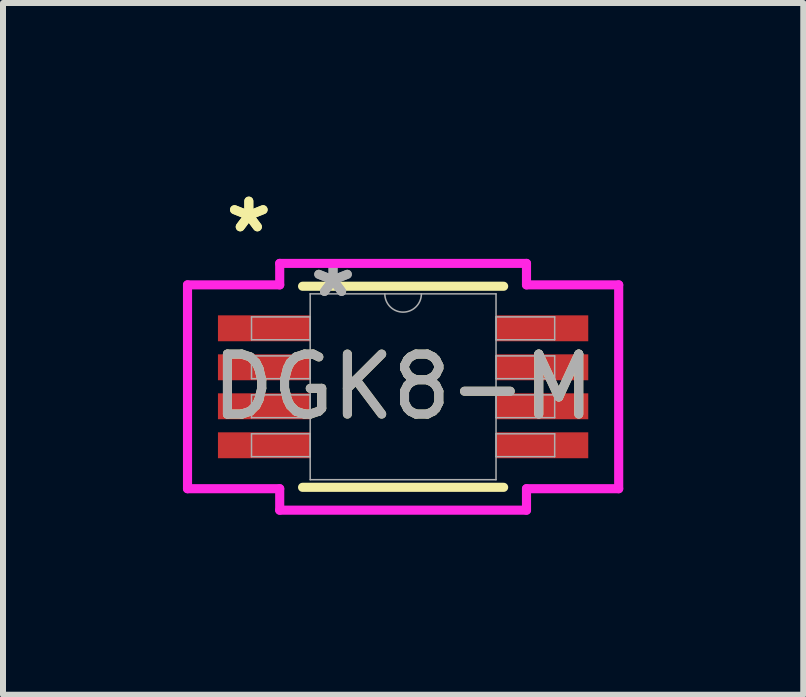
<source format=kicad_pcb>
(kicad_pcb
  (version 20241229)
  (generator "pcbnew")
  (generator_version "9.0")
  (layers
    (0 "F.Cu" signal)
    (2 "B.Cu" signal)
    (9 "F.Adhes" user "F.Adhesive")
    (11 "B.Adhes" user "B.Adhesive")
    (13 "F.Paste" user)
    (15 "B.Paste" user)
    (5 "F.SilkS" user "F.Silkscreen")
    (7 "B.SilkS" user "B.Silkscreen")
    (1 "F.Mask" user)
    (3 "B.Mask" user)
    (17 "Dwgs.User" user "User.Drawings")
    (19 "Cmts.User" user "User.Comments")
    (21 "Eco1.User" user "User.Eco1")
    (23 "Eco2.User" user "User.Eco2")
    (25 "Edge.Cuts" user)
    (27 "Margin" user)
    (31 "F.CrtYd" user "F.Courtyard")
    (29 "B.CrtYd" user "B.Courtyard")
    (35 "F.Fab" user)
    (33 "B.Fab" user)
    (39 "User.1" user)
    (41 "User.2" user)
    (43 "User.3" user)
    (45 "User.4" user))
  (footprint "DGK8-M"
    (layer "F.Cu")
    (at 3.67 3.398)
    (property "Reference" "DGK8-M" (at 0 0 0) (unlocked yes) (layer "F.SilkS") (effects (font (size 1 1) (thickness 0.15))))
    (attr smd)
    (fp_line (start -1.676 1.676) (end 1.676 1.676) (stroke (width 0.152) (type solid)) (layer "F.SilkS"))
    (fp_line (start 1.676 -1.676) (end -1.676 -1.676) (stroke (width 0.152) (type solid)) (layer "F.SilkS"))
    (fp_line (start -3.594 -1.699) (end -2.057 -1.699) (stroke (width 0.152) (type solid)) (layer "F.CrtYd"))
    (fp_line (start -3.594 1.699) (end -3.594 -1.699) (stroke (width 0.152) (type solid)) (layer "F.CrtYd"))
    (fp_line (start -3.594 1.699) (end -2.057 1.699) (stroke (width 0.152) (type solid)) (layer "F.CrtYd"))
    (fp_line (start -2.057 -2.057) (end 2.057 -2.057) (stroke (width 0.152) (type solid)) (layer "F.CrtYd"))
    (fp_line (start -2.057 -1.699) (end -2.057 -2.057) (stroke (width 0.152) (type solid)) (layer "F.CrtYd"))
    (fp_line (start -2.057 2.057) (end -2.057 1.699) (stroke (width 0.152) (type solid)) (layer "F.CrtYd"))
    (fp_line (start 2.057 -2.057) (end 2.057 -1.699) (stroke (width 0.152) (type solid)) (layer "F.CrtYd"))
    (fp_line (start 2.057 1.699) (end 2.057 2.057) (stroke (width 0.152) (type solid)) (layer "F.CrtYd"))
    (fp_line (start 2.057 2.057) (end -2.057 2.057) (stroke (width 0.152) (type solid)) (layer "F.CrtYd"))
    (fp_line (start 3.594 -1.699) (end 2.057 -1.699) (stroke (width 0.152) (type solid)) (layer "F.CrtYd"))
    (fp_line (start 3.594 -1.699) (end 3.594 1.699) (stroke (width 0.152) (type solid)) (layer "F.CrtYd"))
    (fp_line (start 3.594 1.699) (end 2.057 1.699) (stroke (width 0.152) (type solid)) (layer "F.CrtYd"))
    (fp_line (start -2.527 -1.165) (end -2.527 -0.784) (stroke (width 0.025) (type solid)) (layer "F.Fab"))
    (fp_line (start -2.527 -0.784) (end -1.549 -0.784) (stroke (width 0.025) (type solid)) (layer "F.Fab"))
    (fp_line (start -2.527 -0.515) (end -2.527 -0.135) (stroke (width 0.025) (type solid)) (layer "F.Fab"))
    (fp_line (start -2.527 -0.135) (end -1.549 -0.135) (stroke (width 0.025) (type solid)) (layer "F.Fab"))
    (fp_line (start -2.527 0.135) (end -2.527 0.515) (stroke (width 0.025) (type solid)) (layer "F.Fab"))
    (fp_line (start -2.527 0.515) (end -1.549 0.515) (stroke (width 0.025) (type solid)) (layer "F.Fab"))
    (fp_line (start -2.527 0.784) (end -2.527 1.165) (stroke (width 0.025) (type solid)) (layer "F.Fab"))
    (fp_line (start -2.527 1.165) (end -1.549 1.165) (stroke (width 0.025) (type solid)) (layer "F.Fab"))
    (fp_line (start -1.549 -1.549) (end -1.549 1.549) (stroke (width 0.025) (type solid)) (layer "F.Fab"))
    (fp_line (start -1.549 -1.165) (end -2.527 -1.165) (stroke (width 0.025) (type solid)) (layer "F.Fab"))
    (fp_line (start -1.549 -0.784) (end -1.549 -1.165) (stroke (width 0.025) (type solid)) (layer "F.Fab"))
    (fp_line (start -1.549 -0.515) (end -2.527 -0.515) (stroke (width 0.025) (type solid)) (layer "F.Fab"))
    (fp_line (start -1.549 -0.135) (end -1.549 -0.515) (stroke (width 0.025) (type solid)) (layer "F.Fab"))
    (fp_line (start -1.549 0.135) (end -2.527 0.135) (stroke (width 0.025) (type solid)) (layer "F.Fab"))
    (fp_line (start -1.549 0.515) (end -1.549 0.135) (stroke (width 0.025) (type solid)) (layer "F.Fab"))
    (fp_line (start -1.549 0.784) (end -2.527 0.784) (stroke (width 0.025) (type solid)) (layer "F.Fab"))
    (fp_line (start -1.549 1.165) (end -1.549 0.784) (stroke (width 0.025) (type solid)) (layer "F.Fab"))
    (fp_line (start -1.549 1.549) (end 1.549 1.549) (stroke (width 0.025) (type solid)) (layer "F.Fab"))
    (fp_line (start 1.549 -1.549) (end -1.549 -1.549) (stroke (width 0.025) (type solid)) (layer "F.Fab"))
    (fp_line (start 1.549 -1.165) (end 1.549 -0.784) (stroke (width 0.025) (type solid)) (layer "F.Fab"))
    (fp_line (start 1.549 -0.784) (end 2.527 -0.784) (stroke (width 0.025) (type solid)) (layer "F.Fab"))
    (fp_line (start 1.549 -0.515) (end 1.549 -0.135) (stroke (width 0.025) (type solid)) (layer "F.Fab"))
    (fp_line (start 1.549 -0.135) (end 2.527 -0.135) (stroke (width 0.025) (type solid)) (layer "F.Fab"))
    (fp_line (start 1.549 0.135) (end 1.549 0.515) (stroke (width 0.025) (type solid)) (layer "F.Fab"))
    (fp_line (start 1.549 0.515) (end 2.527 0.515) (stroke (width 0.025) (type solid)) (layer "F.Fab"))
    (fp_line (start 1.549 0.784) (end 1.549 1.165) (stroke (width 0.025) (type solid)) (layer "F.Fab"))
    (fp_line (start 1.549 1.165) (end 2.527 1.165) (stroke (width 0.025) (type solid)) (layer "F.Fab"))
    (fp_line (start 1.549 1.549) (end 1.549 -1.549) (stroke (width 0.025) (type solid)) (layer "F.Fab"))
    (fp_line (start 2.527 -1.165) (end 1.549 -1.165) (stroke (width 0.025) (type solid)) (layer "F.Fab"))
    (fp_line (start 2.527 -0.784) (end 2.527 -1.165) (stroke (width 0.025) (type solid)) (layer "F.Fab"))
    (fp_line (start 2.527 -0.515) (end 1.549 -0.515) (stroke (width 0.025) (type solid)) (layer "F.Fab"))
    (fp_line (start 2.527 -0.135) (end 2.527 -0.515) (stroke (width 0.025) (type solid)) (layer "F.Fab"))
    (fp_line (start 2.527 0.135) (end 1.549 0.135) (stroke (width 0.025) (type solid)) (layer "F.Fab"))
    (fp_line (start 2.527 0.515) (end 2.527 0.135) (stroke (width 0.025) (type solid)) (layer "F.Fab"))
    (fp_line (start 2.527 0.784) (end 1.549 0.784) (stroke (width 0.025) (type solid)) (layer "F.Fab"))
    (fp_line (start 2.527 1.165) (end 2.527 0.784) (stroke (width 0.025) (type solid)) (layer "F.Fab"))
    (fp_arc (start 0.3048 -1.5494) (mid 0 -1.2446) (end -0.3048 -1.5494) (stroke (width 0.0254) (type solid)) (layer "F.Fab"))
    (fp_text user "*" (at -2.572 -2.55 0) (unlocked yes) (layer "F.SilkS") (effects (font (size 1 1) (thickness 0.15))))
    (fp_text user "*" (at -2.572 -2.55 0) (layer "F.SilkS") (effects (font (size 1 1) (thickness 0.15))))
    (fp_text user "*" (at -1.168 -1.473 0) (layer "F.Fab") (effects (font (size 1 1) (thickness 0.15))))
    (fp_text user "${REFERENCE}" (at 0 0 0) (unlocked yes) (layer "F.Fab") (effects (font (size 1 1) (thickness 0.15))))
    (fp_text user "*" (at -1.168 -1.473 0) (unlocked yes) (layer "F.Fab") (effects (font (size 1 1) (thickness 0.15))))
    (pad "1" smd rect (at -2.318 -0.975) (size 1.537 0.432) (layers "F.Cu" "F.Mask" "F.Paste"))
    (pad "2" smd rect (at -2.318 -0.325) (size 1.537 0.432) (layers "F.Cu" "F.Mask" "F.Paste"))
    (pad "3" smd rect (at -2.318 0.325) (size 1.537 0.432) (layers "F.Cu" "F.Mask" "F.Paste"))
    (pad "4" smd rect (at -2.318 0.975) (size 1.537 0.432) (layers "F.Cu" "F.Mask" "F.Paste"))
    (pad "5" smd rect (at 2.318 0.975) (size 1.537 0.432) (layers "F.Cu" "F.Mask" "F.Paste"))
    (pad "6" smd rect (at 2.318 0.325) (size 1.537 0.432) (layers "F.Cu" "F.Mask" "F.Paste"))
    (pad "7" smd rect (at 2.318 -0.325) (size 1.537 0.432) (layers "F.Cu" "F.Mask" "F.Paste"))
    (pad "8" smd rect (at 2.318 -0.975) (size 1.537 0.432) (layers "F.Cu" "F.Mask" "F.Paste")))
  (gr_rect
    (start -3 -3)
    (end 10.341 8.532)
    (stroke (width 0.1) (type default))
    (fill no)
    (layer "Edge.Cuts")))
</source>
